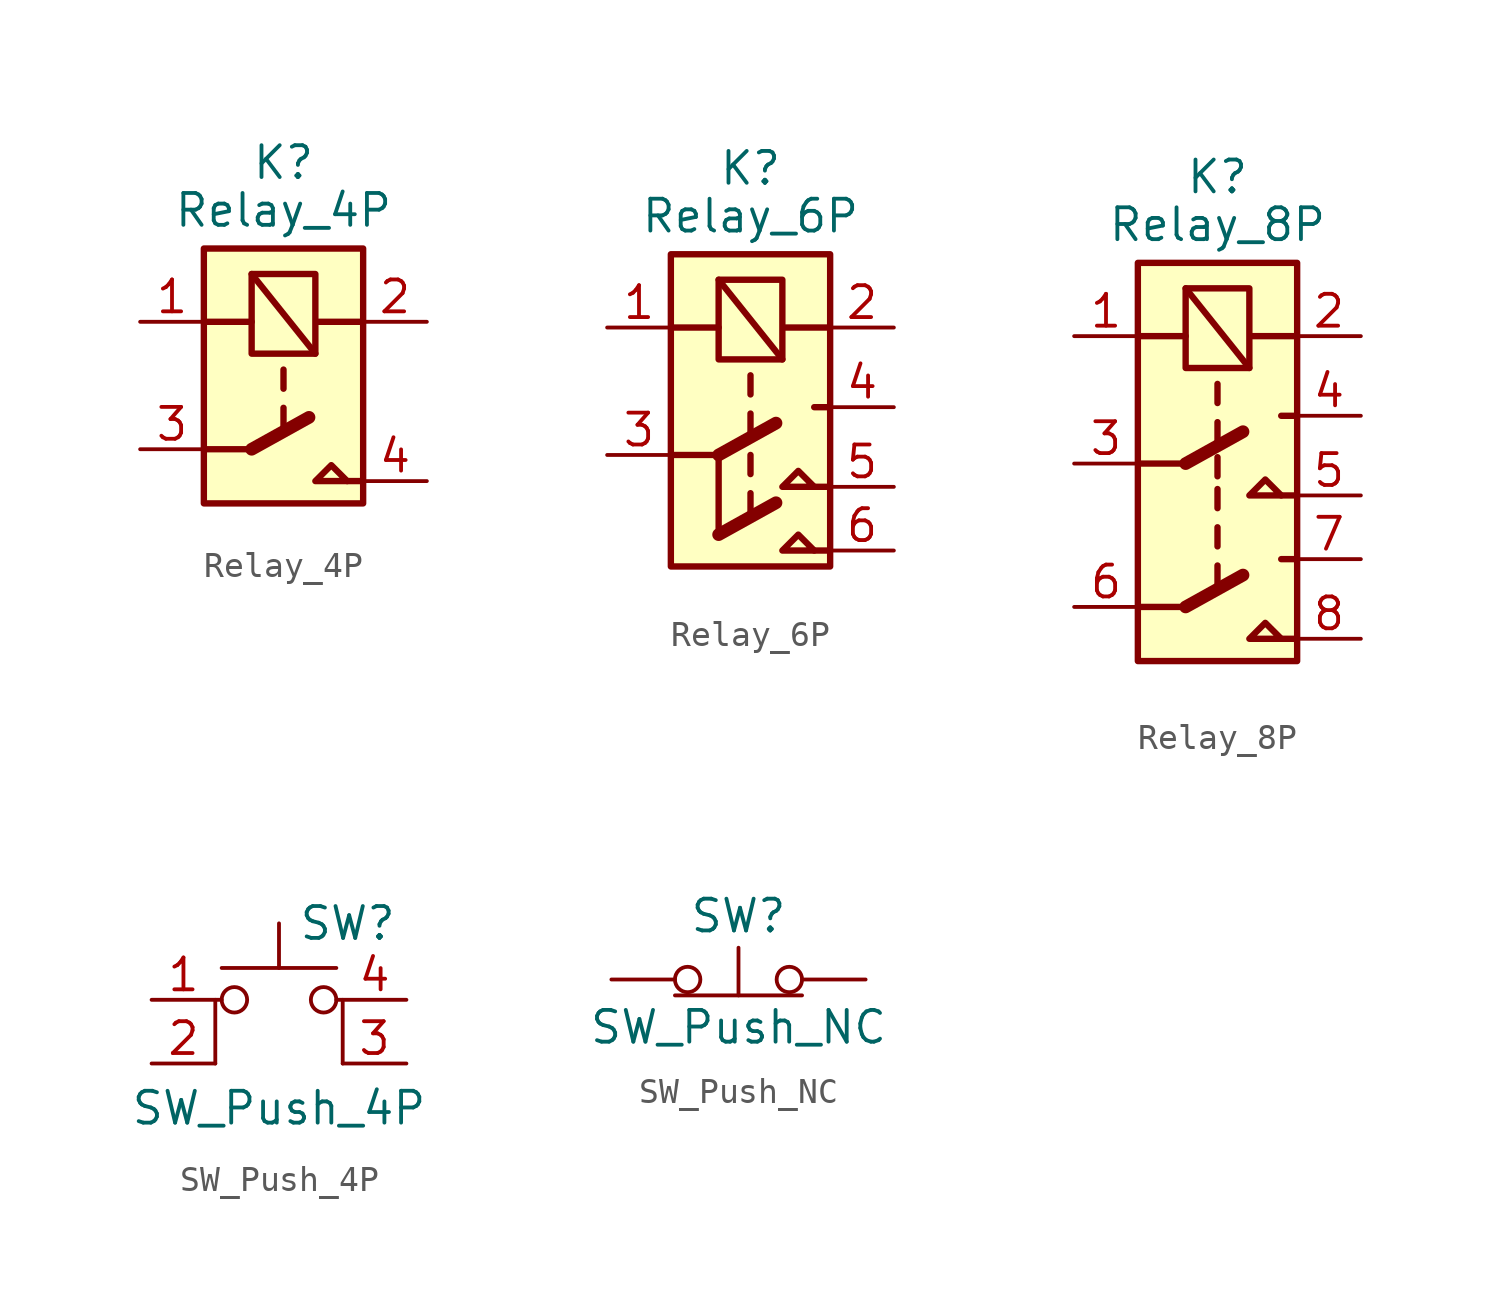
<source format=kicad_sym>
(kicad_symbol_lib
  (version 20220914)
  (generator kicad_symbol_editor)
  (symbol "Relay_4P"
    (property "Reference" "K"
      (at 0 7.62 0)
      (effects (font (size 1.27 1.27))))
    (property "Value" "Relay_4P"
      (at 0 5.715 0)
      (effects (font (size 1.27 1.27))))
    (symbol "Relay_4P_1_1"
      (rectangle (start -3.175 4.191) (end 3.175 -5.969) (stroke (width 0.254) (type default)) (fill (type background)))
      (rectangle (start -1.27 3.175) (end 1.27 0) (stroke (width 0.254) (type default)) (fill (type none)))
      (polyline (pts (xy -1.27 -3.81) (xy -3.175 -3.81)) (stroke (width 0.254) (type default)) (fill (type none)))
      (polyline (pts (xy -1.27 -3.81) (xy 1.016 -2.54)) (stroke (width 0.508) (type default)) (fill (type none)))
      (polyline (pts (xy -1.27 1.27) (xy -3.048 1.27)) (stroke (width 0.254) (type default)) (fill (type none)))
      (polyline (pts (xy -1.27 3.175) (xy 1.27 0)) (stroke (width 0.254) (type default)) (fill (type none)))
      (polyline (pts (xy 0 -2.159) (xy 0 -2.921)) (stroke (width 0.254) (type dash_dot_dot)) (fill (type none)))
      (polyline (pts (xy 0 -0.635) (xy 0 -1.397)) (stroke (width 0.254) (type dash_dot_dot)) (fill (type none)))
      (polyline (pts (xy 3.175 -5.08) (xy 2.54 -5.08)) (stroke (width 0.254) (type default)) (fill (type none)))
      (polyline (pts (xy 3.175 1.27) (xy 1.397 1.27)) (stroke (width 0.254) (type default)) (fill (type none)))
      (polyline (pts (xy 2.54 -5.08) (xy 1.27 -5.08) (xy 1.905 -4.445) (xy 2.54 -5.08)) (stroke (width 0.254) (type default)) (fill (type none)))
      (pin passive line (at -5.715 1.27 0) (length 2.54) (name "~" (effects (font (size 1.27 1.27)))) (number "1" (effects (font (size 1.27 1.27)))))
      (pin passive line (at 5.715 1.27 180) (length 2.54) (name "~" (effects (font (size 1.27 1.27)))) (number "2" (effects (font (size 1.27 1.27)))))
      (pin passive line (at -5.715 -3.81 0) (length 2.54) (name "~" (effects (font (size 1.27 1.27)))) (number "3" (effects (font (size 1.27 1.27)))))
      (pin passive line (at 5.715 -5.08 180) (length 2.54) (name "~" (effects (font (size 1.27 1.27)))) (number "4" (effects (font (size 1.27 1.27)))))))
  (symbol "Relay_6P"
    (property "Reference" "K"
      (at 0 7.62 0)
      (effects (font (size 1.27 1.27))))
    (property "Value" "Relay_6P"
      (at 0 5.715 0)
      (effects (font (size 1.27 1.27))))
    (symbol "Relay_6P_1_1"
      (rectangle (start -3.175 4.191) (end 3.175 -8.255) (stroke (width 0.254) (type default)) (fill (type background)))
      (rectangle (start -1.27 3.175) (end 1.27 0) (stroke (width 0.254) (type default)) (fill (type none)))
      (polyline (pts (xy -1.27 -6.985) (xy 1.016 -5.715)) (stroke (width 0.508) (type default)) (fill (type none)))
      (polyline (pts (xy -1.27 -3.81) (xy -3.175 -3.81)) (stroke (width 0.254) (type default)) (fill (type none)))
      (polyline (pts (xy -1.27 -3.81) (xy -1.27 -6.858)) (stroke (width 0.254) (type default)) (fill (type none)))
      (polyline (pts (xy -1.27 -3.81) (xy 1.016 -2.54)) (stroke (width 0.508) (type default)) (fill (type none)))
      (polyline (pts (xy -1.27 1.27) (xy -3.048 1.27)) (stroke (width 0.254) (type default)) (fill (type none)))
      (polyline (pts (xy -1.27 3.175) (xy 1.27 0)) (stroke (width 0.254) (type default)) (fill (type none)))
      (polyline (pts (xy 0 -5.334) (xy 0 -6.096)) (stroke (width 0.254) (type dash_dot_dot)) (fill (type none)))
      (polyline (pts (xy 0 -3.81) (xy 0 -4.572)) (stroke (width 0.254) (type dash_dot_dot)) (fill (type none)))
      (polyline (pts (xy 0 -2.159) (xy 0 -2.921)) (stroke (width 0.254) (type dash_dot_dot)) (fill (type none)))
      (polyline (pts (xy 0 -0.635) (xy 0 -1.397)) (stroke (width 0.254) (type dash_dot_dot)) (fill (type none)))
      (polyline (pts (xy 3.175 -7.62) (xy 2.54 -7.62)) (stroke (width 0.254) (type default)) (fill (type none)))
      (polyline (pts (xy 3.175 -5.08) (xy 2.54 -5.08)) (stroke (width 0.254) (type default)) (fill (type none)))
      (polyline (pts (xy 3.175 -1.905) (xy 2.54 -1.905)) (stroke (width 0.254) (type default)) (fill (type none)))
      (polyline (pts (xy 3.175 1.27) (xy 1.397 1.27)) (stroke (width 0.254) (type default)) (fill (type none)))
      (polyline (pts (xy 2.54 -7.62) (xy 1.27 -7.62) (xy 1.905 -6.985) (xy 2.54 -7.62)) (stroke (width 0.254) (type default)) (fill (type none)))
      (polyline (pts (xy 2.54 -5.08) (xy 1.27 -5.08) (xy 1.905 -4.445) (xy 2.54 -5.08)) (stroke (width 0.254) (type default)) (fill (type none)))
      (pin passive line (at -5.715 1.27 0) (length 2.54) (name "~" (effects (font (size 1.27 1.27)))) (number "1" (effects (font (size 1.27 1.27)))))
      (pin passive line (at 5.715 1.27 180) (length 2.54) (name "~" (effects (font (size 1.27 1.27)))) (number "2" (effects (font (size 1.27 1.27)))))
      (pin passive line (at -5.715 -3.81 0) (length 2.54) (name "~" (effects (font (size 1.27 1.27)))) (number "3" (effects (font (size 1.27 1.27)))))
      (pin passive line (at 5.715 -1.905 180) (length 2.54) (name "~" (effects (font (size 1.27 1.27)))) (number "4" (effects (font (size 1.27 1.27)))))
      (pin passive line (at 5.715 -5.08 180) (length 2.54) (name "~" (effects (font (size 1.27 1.27)))) (number "5" (effects (font (size 1.27 1.27)))))
      (pin passive line (at 5.715 -7.62 180) (length 2.54) (name "~" (effects (font (size 1.27 1.27)))) (number "6" (effects (font (size 1.27 1.27)))))))
  (symbol "Relay_8P"
    (property "Reference" "K"
      (at 0 7.62 0)
      (effects (font (size 1.27 1.27))))
    (property "Value" "Relay_8P"
      (at 0 5.715 0)
      (effects (font (size 1.27 1.27))))
    (symbol "Relay_8P_1_1"
      (rectangle (start -3.175 4.191) (end 3.175 -11.684) (stroke (width 0.254) (type default)) (fill (type background)))
      (rectangle (start -1.27 3.175) (end 1.27 0) (stroke (width 0.254) (type default)) (fill (type none)))
      (polyline (pts (xy -1.27 -9.525) (xy -3.175 -9.525)) (stroke (width 0.254) (type default)) (fill (type none)))
      (polyline (pts (xy -1.27 -9.525) (xy 1.016 -8.255)) (stroke (width 0.508) (type default)) (fill (type none)))
      (polyline (pts (xy -1.27 -3.81) (xy -3.175 -3.81)) (stroke (width 0.254) (type default)) (fill (type none)))
      (polyline (pts (xy -1.27 -3.81) (xy 1.016 -2.54)) (stroke (width 0.508) (type default)) (fill (type none)))
      (polyline (pts (xy -1.27 1.27) (xy -3.048 1.27)) (stroke (width 0.254) (type default)) (fill (type none)))
      (polyline (pts (xy -1.27 3.175) (xy 1.27 0)) (stroke (width 0.254) (type default)) (fill (type none)))
      (polyline (pts (xy 0 -7.874) (xy 0 -8.636)) (stroke (width 0.254) (type dash_dot_dot)) (fill (type none)))
      (polyline (pts (xy 0 -6.35) (xy 0 -7.112)) (stroke (width 0.254) (type dash_dot_dot)) (fill (type none)))
      (polyline (pts (xy 0 -4.826) (xy 0 -5.588)) (stroke (width 0.254) (type dash_dot_dot)) (fill (type none)))
      (polyline (pts (xy 0 -3.556) (xy 0 -4.318)) (stroke (width 0.254) (type dash_dot_dot)) (fill (type none)))
      (polyline (pts (xy 0 -2.159) (xy 0 -2.921)) (stroke (width 0.254) (type dash_dot_dot)) (fill (type none)))
      (polyline (pts (xy 0 -0.635) (xy 0 -1.397)) (stroke (width 0.254) (type dash_dot_dot)) (fill (type none)))
      (polyline (pts (xy 3.175 -10.795) (xy 2.54 -10.795)) (stroke (width 0.254) (type default)) (fill (type none)))
      (polyline (pts (xy 3.175 -7.62) (xy 2.54 -7.62)) (stroke (width 0.254) (type default)) (fill (type none)))
      (polyline (pts (xy 3.175 -5.08) (xy 2.54 -5.08)) (stroke (width 0.254) (type default)) (fill (type none)))
      (polyline (pts (xy 3.175 -1.905) (xy 2.54 -1.905)) (stroke (width 0.254) (type default)) (fill (type none)))
      (polyline (pts (xy 3.175 1.27) (xy 1.397 1.27)) (stroke (width 0.254) (type default)) (fill (type none)))
      (polyline (pts (xy 2.54 -10.795) (xy 1.27 -10.795) (xy 1.905 -10.16) (xy 2.54 -10.795)) (stroke (width 0.254) (type default)) (fill (type none)))
      (polyline (pts (xy 2.54 -5.08) (xy 1.27 -5.08) (xy 1.905 -4.445) (xy 2.54 -5.08)) (stroke (width 0.254) (type default)) (fill (type none)))
      (pin passive line (at -5.715 1.27 0) (length 2.54) (name "~" (effects (font (size 1.27 1.27)))) (number "1" (effects (font (size 1.27 1.27)))))
      (pin passive line (at 5.715 1.27 180) (length 2.54) (name "~" (effects (font (size 1.27 1.27)))) (number "2" (effects (font (size 1.27 1.27)))))
      (pin passive line (at -5.715 -3.81 0) (length 2.54) (name "~" (effects (font (size 1.27 1.27)))) (number "3" (effects (font (size 1.27 1.27)))))
      (pin passive line (at 5.715 -1.905 180) (length 2.54) (name "~" (effects (font (size 1.27 1.27)))) (number "4" (effects (font (size 1.27 1.27)))))
      (pin passive line (at 5.715 -5.08 180) (length 2.54) (name "~" (effects (font (size 1.27 1.27)))) (number "5" (effects (font (size 1.27 1.27)))))
      (pin passive line (at -5.715 -9.525 0) (length 2.54) (name "~" (effects (font (size 1.27 1.27)))) (number "6" (effects (font (size 1.27 1.27)))))
      (pin passive line (at 5.715 -7.62 180) (length 2.54) (name "~" (effects (font (size 1.27 1.27)))) (number "7" (effects (font (size 1.27 1.27)))))
      (pin passive line (at 5.715 -10.795 180) (length 2.54) (name "~" (effects (font (size 1.27 1.27)))) (number "8" (effects (font (size 1.27 1.27)))))))
  (symbol "SW_Push_4P"
    (pin_names
      (offset 1.016) hide)
    (property "Reference" "SW"
      (at 0.762 4.318 0)
      (do_not_autoplace)
      (effects (font (size 1.27 1.27)) (justify left)))
    (property "Value" "SW_Push_4P"
      (at 0 -3.048 0)
      (do_not_autoplace)
      (effects (font (size 1.27 1.27))))
    (symbol "SW_Push_4P_0_1"
      (circle (center -1.778 1.27) (radius 0.508) (stroke (width 0) (type default)) (fill (type none)))
      (polyline (pts (xy -2.286 2.54) (xy 2.286 2.54)) (stroke (width 0) (type default)) (fill (type none)))
      (polyline (pts (xy 0 2.54) (xy 0 4.318)) (stroke (width 0) (type default)) (fill (type none)))
      (polyline (pts (xy -2.54 -1.27) (xy -2.54 1.27) (xy -2.286 1.27)) (stroke (width 0) (type default)) (fill (type none)))
      (polyline (pts (xy 2.54 -1.27) (xy 2.54 1.27) (xy 2.286 1.27)) (stroke (width 0) (type default)) (fill (type none)))
      (circle (center 1.778 1.27) (radius 0.508) (stroke (width 0) (type default)) (fill (type none)))
      (pin passive line (at -5.08 1.27 0) (length 2.54) (name "1" (effects (font (size 1.27 1.27)))) (number "1" (effects (font (size 1.27 1.27)))))
      (pin passive line (at -5.08 -1.27 0) (length 2.54) (name "2" (effects (font (size 1.27 1.27)))) (number "2" (effects (font (size 1.27 1.27)))))
      (pin passive line (at 5.08 -1.27 180) (length 2.54) (name "K" (effects (font (size 1.27 1.27)))) (number "3" (effects (font (size 1.27 1.27)))))
      (pin passive line (at 5.08 1.27 180) (length 2.54) (name "A" (effects (font (size 1.27 1.27)))) (number "4" (effects (font (size 1.27 1.27)))))))
  (symbol "SW_Push_NC"
    (pin_numbers hide)
    (pin_names
      (offset 1.016) hide)
    (property "Reference" "SW"
      (at 0 2.54 0)
      (do_not_autoplace)
      (effects (font (size 1.27 1.27))))
    (property "Value" "SW_Push_NC"
      (at 0 -1.905 0)
      (do_not_autoplace)
      (effects (font (size 1.27 1.27))))
    (symbol "SW_Push_NC_0_1"
      (circle (center -2.032 0) (radius 0.508) (stroke (width 0) (type default)) (fill (type none)))
      (polyline (pts (xy -2.54 -0.635) (xy 2.54 -0.635)) (stroke (width 0) (type default)) (fill (type none)))
      (polyline (pts (xy 0 -0.635) (xy 0 1.27)) (stroke (width 0) (type default)) (fill (type none)))
      (circle (center 2.032 0) (radius 0.508) (stroke (width 0) (type default)) (fill (type none)))
      (pin passive line (at -5.08 0 0) (length 2.54) (name "A" (effects (font (size 1.27 1.27)))) (number "1" (effects (font (size 1.27 1.27))))))
    (symbol "SW_Push_NC_1_1"
      (pin passive line (at 5.08 0 180) (length 2.54) (name "B" (effects (font (size 1.27 1.27)))) (number "2" (effects (font (size 1.27 1.27))))))))
</source>
